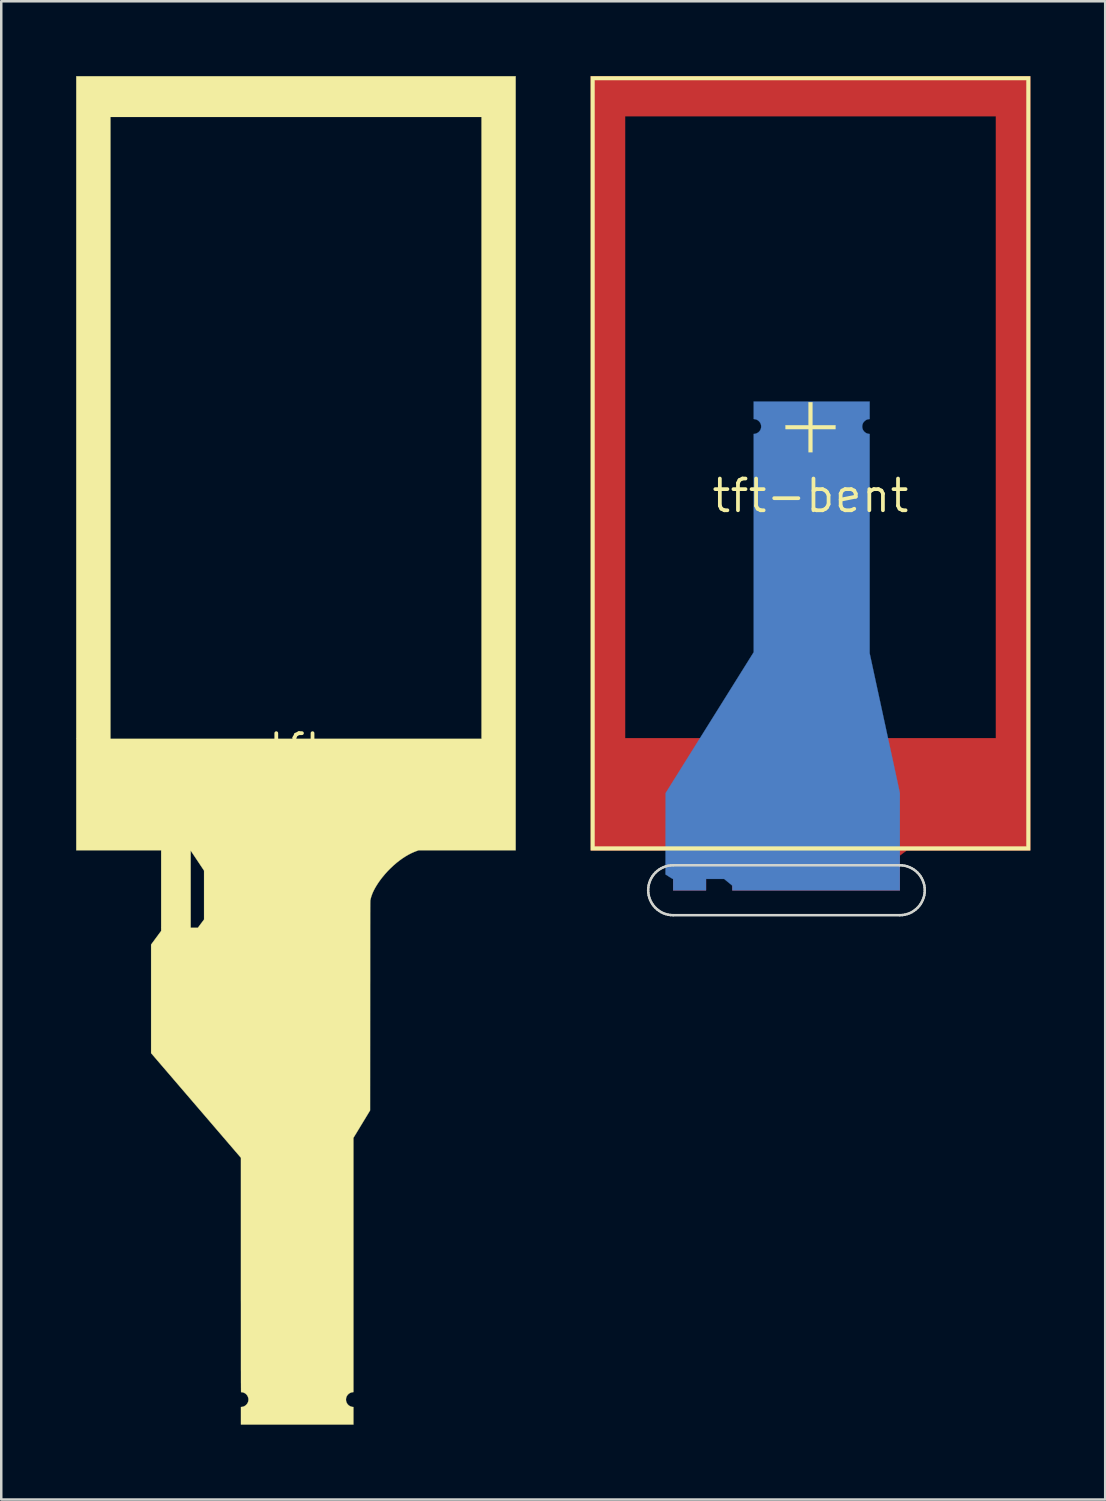
<source format=kicad_pcb>
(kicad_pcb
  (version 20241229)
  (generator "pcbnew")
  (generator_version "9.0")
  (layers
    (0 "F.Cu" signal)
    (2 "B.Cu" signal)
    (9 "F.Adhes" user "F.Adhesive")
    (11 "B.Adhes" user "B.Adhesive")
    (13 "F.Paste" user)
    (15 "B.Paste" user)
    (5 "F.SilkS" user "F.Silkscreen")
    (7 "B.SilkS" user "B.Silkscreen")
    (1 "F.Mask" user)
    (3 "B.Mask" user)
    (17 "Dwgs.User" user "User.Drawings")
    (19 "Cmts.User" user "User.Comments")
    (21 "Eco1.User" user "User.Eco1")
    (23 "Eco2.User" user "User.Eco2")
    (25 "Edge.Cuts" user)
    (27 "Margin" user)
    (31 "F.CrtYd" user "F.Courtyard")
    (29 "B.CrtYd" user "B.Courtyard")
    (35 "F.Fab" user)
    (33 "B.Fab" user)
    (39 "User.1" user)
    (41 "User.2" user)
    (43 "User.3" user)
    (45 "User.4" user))
  (footprint "tft-bent"
    (layer "F.Cu")
    (at 29.41 16.807)
    (property "Reference" "tft-bent" (at 0 0 0) (layer "F.SilkS") (effects (font (size 1.27 1.27) (thickness 0.15))))
    (attr through_hole)
    (fp_poly (pts (xy 8.801 14.203) (xy 3.857 14.203) (xy 3.719 14.305) (xy 3.581 14.408) (xy 3.581 15.803) (xy -3.128 15.803) (xy -3.131 14.438) (xy -3.452 14.203) (xy -4.183 14.203) (xy -4.183 15.803) (xy -5.499 15.803) (xy -5.499 14.203) (xy -8.797 14.203) (xy -8.797 -15.202) (xy -7.425 -15.202) (xy -7.425 9.707) (xy 7.429 9.707) (xy 7.429 -15.202) (xy -7.425 -15.202) (xy -8.797 -15.202) (xy -8.797 -16.802) (xy 8.801 -16.802) (xy 8.801 14.203)) (stroke (width 0.01) (type solid)) (fill yes) (layer "F.Cu"))
    (fp_poly (pts (xy 2.371 -3.074) (xy 2.342 -3.071) (xy 2.295 -3.063) (xy 2.252 -3.048) (xy 2.212 -3.025) (xy 2.174 -2.995) (xy 2.161 -2.982) (xy 2.142 -2.963) (xy 2.129 -2.948) (xy 2.118 -2.933) (xy 2.109 -2.916) (xy 2.105 -2.908) (xy 2.088 -2.867) (xy 2.078 -2.828) (xy 2.074 -2.786) (xy 2.073 -2.773) (xy 2.077 -2.724) (xy 2.089 -2.677) (xy 2.108 -2.634) (xy 2.133 -2.595) (xy 2.164 -2.56) (xy 2.2 -2.531) (xy 2.241 -2.507) (xy 2.287 -2.489) (xy 2.335 -2.479) (xy 2.344 -2.478) (xy 2.371 -2.475) (xy 2.371 6.306) (xy 2.688 7.775) (xy 2.716 7.902) (xy 2.745 8.035) (xy 2.775 8.174) (xy 2.806 8.318) (xy 2.838 8.466) (xy 2.871 8.617) (xy 2.904 8.77) (xy 2.937 8.925) (xy 2.971 9.081) (xy 3.005 9.237) (xy 3.038 9.391) (xy 3.071 9.545) (xy 3.104 9.696) (xy 3.136 9.844) (xy 3.167 9.988) (xy 3.197 10.127) (xy 3.226 10.261) (xy 3.254 10.388) (xy 3.28 10.509) (xy 3.294 10.574) (xy 3.581 11.904) (xy 3.581 15.803) (xy -3.128 15.803) (xy -3.129 15.615) (xy -3.458 15.346) (xy -4.183 15.346) (xy -4.183 15.803) (xy -5.499 15.803) (xy -5.499 15.346) (xy -5.51 15.346) (xy -5.517 15.343) (xy -5.531 15.336) (xy -5.552 15.325) (xy -5.579 15.308) (xy -5.613 15.287) (xy -5.654 15.262) (xy -5.663 15.256) (xy -5.805 15.166) (xy -5.803 13.537) (xy -5.8 11.908) (xy -4.037 9.087) (xy -2.273 6.265) (xy -2.273 -2.477) (xy -2.258 -2.477) (xy -2.223 -2.48) (xy -2.185 -2.49) (xy -2.147 -2.505) (xy -2.111 -2.525) (xy -2.078 -2.549) (xy -2.069 -2.557) (xy -2.034 -2.595) (xy -2.007 -2.636) (xy -1.988 -2.68) (xy -1.976 -2.728) (xy -1.973 -2.775) (xy -1.977 -2.825) (xy -1.989 -2.872) (xy -2.008 -2.916) (xy -2.036 -2.956) (xy -2.059 -2.982) (xy -2.095 -3.014) (xy -2.131 -3.038) (xy -2.169 -3.055) (xy -2.212 -3.066) (xy -2.235 -3.07) (xy -2.273 -3.075) (xy -2.273 -3.776) (xy 2.371 -3.776) (xy 2.371 -3.074)) (stroke (width 0.01) (type solid)) (fill yes) (layer "B.Cu"))
    (fp_poly (pts (xy 8.801 14.203) (xy -8.797 14.203) (xy -8.797 -16.65) (xy -8.644 -16.65) (xy -8.644 14.046) (xy 8.649 14.046) (xy 8.649 -16.65) (xy -8.644 -16.65) (xy -8.797 -16.65) (xy -8.797 -16.802) (xy 8.801 -16.802) (xy 8.801 14.203)) (stroke (width 0.01) (type solid)) (fill yes) (layer "F.SilkS"))
    (fp_poly (pts (xy 0.08 -2.824) (xy 1.003 -2.824) (xy 1.003 -2.671) (xy 0.08 -2.671) (xy 0.08 -1.744) (xy -0.076 -1.744) (xy -0.076 -2.671) (xy -0.999 -2.671) (xy -0.999 -2.824) (xy -0.076 -2.824) (xy -0.076 -3.747) (xy 0.08 -3.747) (xy 0.08 -2.824)) (stroke (width 0.01) (type solid)) (fill yes) (layer "F.SilkS"))
    (fp_line (start -6.499 15.798) (end -6.494 15.901) (stroke (width 0.1) (type solid)) (layer "Edge.Cuts"))
    (fp_line (start -6.494 15.696) (end -6.499 15.798) (stroke (width 0.1) (type solid)) (layer "Edge.Cuts"))
    (fp_line (start -6.494 15.901) (end -6.479 16) (stroke (width 0.1) (type solid)) (layer "Edge.Cuts"))
    (fp_line (start -6.479 15.597) (end -6.494 15.696) (stroke (width 0.1) (type solid)) (layer "Edge.Cuts"))
    (fp_line (start -6.479 16) (end -6.454 16.096) (stroke (width 0.1) (type solid)) (layer "Edge.Cuts"))
    (fp_line (start -6.454 15.501) (end -6.479 15.597) (stroke (width 0.1) (type solid)) (layer "Edge.Cuts"))
    (fp_line (start -6.454 16.096) (end -6.421 16.188) (stroke (width 0.1) (type solid)) (layer "Edge.Cuts"))
    (fp_line (start -6.421 15.409) (end -6.454 15.501) (stroke (width 0.1) (type solid)) (layer "Edge.Cuts"))
    (fp_line (start -6.421 16.188) (end -6.379 16.275) (stroke (width 0.1) (type solid)) (layer "Edge.Cuts"))
    (fp_line (start -6.379 15.322) (end -6.421 15.409) (stroke (width 0.1) (type solid)) (layer "Edge.Cuts"))
    (fp_line (start -6.379 16.275) (end -6.328 16.357) (stroke (width 0.1) (type solid)) (layer "Edge.Cuts"))
    (fp_line (start -6.328 15.239) (end -6.379 15.322) (stroke (width 0.1) (type solid)) (layer "Edge.Cuts"))
    (fp_line (start -6.328 16.357) (end -6.271 16.434) (stroke (width 0.1) (type solid)) (layer "Edge.Cuts"))
    (fp_line (start -6.271 15.162) (end -6.328 15.239) (stroke (width 0.1) (type solid)) (layer "Edge.Cuts"))
    (fp_line (start -6.271 16.434) (end -6.206 16.505) (stroke (width 0.1) (type solid)) (layer "Edge.Cuts"))
    (fp_line (start -6.206 15.091) (end -6.271 15.162) (stroke (width 0.1) (type solid)) (layer "Edge.Cuts"))
    (fp_line (start -6.206 16.505) (end -6.135 16.57) (stroke (width 0.1) (type solid)) (layer "Edge.Cuts"))
    (fp_line (start -6.135 15.027) (end -6.206 15.091) (stroke (width 0.1) (type solid)) (layer "Edge.Cuts"))
    (fp_line (start -6.135 16.57) (end -6.058 16.627) (stroke (width 0.1) (type solid)) (layer "Edge.Cuts"))
    (fp_line (start -6.058 14.969) (end -6.135 15.027) (stroke (width 0.1) (type solid)) (layer "Edge.Cuts"))
    (fp_line (start -6.058 16.627) (end -5.976 16.678) (stroke (width 0.1) (type solid)) (layer "Edge.Cuts"))
    (fp_line (start -5.976 14.919) (end -6.058 14.969) (stroke (width 0.1) (type solid)) (layer "Edge.Cuts"))
    (fp_line (start -5.976 16.678) (end -5.888 16.72) (stroke (width 0.1) (type solid)) (layer "Edge.Cuts"))
    (fp_line (start -5.888 14.877) (end -5.976 14.919) (stroke (width 0.1) (type solid)) (layer "Edge.Cuts"))
    (fp_line (start -5.888 16.72) (end -5.797 16.753) (stroke (width 0.1) (type solid)) (layer "Edge.Cuts"))
    (fp_line (start -5.797 14.843) (end -5.888 14.877) (stroke (width 0.1) (type solid)) (layer "Edge.Cuts"))
    (fp_line (start -5.797 16.753) (end -5.701 16.778) (stroke (width 0.1) (type solid)) (layer "Edge.Cuts"))
    (fp_line (start -5.701 14.819) (end -5.797 14.843) (stroke (width 0.1) (type solid)) (layer "Edge.Cuts"))
    (fp_line (start -5.701 16.778) (end -5.601 16.793) (stroke (width 0.1) (type solid)) (layer "Edge.Cuts"))
    (fp_line (start -5.601 14.803) (end -5.701 14.819) (stroke (width 0.1) (type solid)) (layer "Edge.Cuts"))
    (fp_line (start -5.601 16.793) (end -5.499 16.798) (stroke (width 0.1) (type solid)) (layer "Edge.Cuts"))
    (fp_line (start -5.499 14.798) (end -5.601 14.803) (stroke (width 0.1) (type solid)) (layer "Edge.Cuts"))
    (fp_line (start -5.499 16.798) (end 3.579 16.798) (stroke (width 0.1) (type solid)) (layer "Edge.Cuts"))
    (fp_line (start 3.579 14.798) (end -5.499 14.798) (stroke (width 0.1) (type solid)) (layer "Edge.Cuts"))
    (fp_line (start 3.579 16.798) (end 3.681 16.793) (stroke (width 0.1) (type solid)) (layer "Edge.Cuts"))
    (fp_line (start 3.681 14.803) (end 3.579 14.798) (stroke (width 0.1) (type solid)) (layer "Edge.Cuts"))
    (fp_line (start 3.681 16.793) (end 3.78 16.778) (stroke (width 0.1) (type solid)) (layer "Edge.Cuts"))
    (fp_line (start 3.78 14.819) (end 3.681 14.803) (stroke (width 0.1) (type solid)) (layer "Edge.Cuts"))
    (fp_line (start 3.78 16.778) (end 3.876 16.753) (stroke (width 0.1) (type solid)) (layer "Edge.Cuts"))
    (fp_line (start 3.876 14.843) (end 3.78 14.819) (stroke (width 0.1) (type solid)) (layer "Edge.Cuts"))
    (fp_line (start 3.876 16.753) (end 3.968 16.72) (stroke (width 0.1) (type solid)) (layer "Edge.Cuts"))
    (fp_line (start 3.968 14.877) (end 3.876 14.843) (stroke (width 0.1) (type solid)) (layer "Edge.Cuts"))
    (fp_line (start 3.968 16.72) (end 4.056 16.678) (stroke (width 0.1) (type solid)) (layer "Edge.Cuts"))
    (fp_line (start 4.056 14.919) (end 3.968 14.877) (stroke (width 0.1) (type solid)) (layer "Edge.Cuts"))
    (fp_line (start 4.056 16.678) (end 4.138 16.627) (stroke (width 0.1) (type solid)) (layer "Edge.Cuts"))
    (fp_line (start 4.138 14.969) (end 4.056 14.919) (stroke (width 0.1) (type solid)) (layer "Edge.Cuts"))
    (fp_line (start 4.138 16.627) (end 4.215 16.57) (stroke (width 0.1) (type solid)) (layer "Edge.Cuts"))
    (fp_line (start 4.215 15.027) (end 4.138 14.969) (stroke (width 0.1) (type solid)) (layer "Edge.Cuts"))
    (fp_line (start 4.215 16.57) (end 4.286 16.505) (stroke (width 0.1) (type solid)) (layer "Edge.Cuts"))
    (fp_line (start 4.286 15.091) (end 4.215 15.027) (stroke (width 0.1) (type solid)) (layer "Edge.Cuts"))
    (fp_line (start 4.286 16.505) (end 4.351 16.434) (stroke (width 0.1) (type solid)) (layer "Edge.Cuts"))
    (fp_line (start 4.351 15.162) (end 4.286 15.091) (stroke (width 0.1) (type solid)) (layer "Edge.Cuts"))
    (fp_line (start 4.351 16.434) (end 4.408 16.357) (stroke (width 0.1) (type solid)) (layer "Edge.Cuts"))
    (fp_line (start 4.408 15.239) (end 4.351 15.162) (stroke (width 0.1) (type solid)) (layer "Edge.Cuts"))
    (fp_line (start 4.408 16.357) (end 4.458 16.275) (stroke (width 0.1) (type solid)) (layer "Edge.Cuts"))
    (fp_line (start 4.458 15.322) (end 4.408 15.239) (stroke (width 0.1) (type solid)) (layer "Edge.Cuts"))
    (fp_line (start 4.458 16.275) (end 4.5 16.188) (stroke (width 0.1) (type solid)) (layer "Edge.Cuts"))
    (fp_line (start 4.5 15.409) (end 4.458 15.322) (stroke (width 0.1) (type solid)) (layer "Edge.Cuts"))
    (fp_line (start 4.5 16.188) (end 4.534 16.096) (stroke (width 0.1) (type solid)) (layer "Edge.Cuts"))
    (fp_line (start 4.534 15.501) (end 4.5 15.409) (stroke (width 0.1) (type solid)) (layer "Edge.Cuts"))
    (fp_line (start 4.534 16.096) (end 4.559 16) (stroke (width 0.1) (type solid)) (layer "Edge.Cuts"))
    (fp_line (start 4.559 15.597) (end 4.534 15.501) (stroke (width 0.1) (type solid)) (layer "Edge.Cuts"))
    (fp_line (start 4.559 16) (end 4.574 15.901) (stroke (width 0.1) (type solid)) (layer "Edge.Cuts"))
    (fp_line (start 4.574 15.696) (end 4.559 15.597) (stroke (width 0.1) (type solid)) (layer "Edge.Cuts"))
    (fp_line (start 4.574 15.901) (end 4.579 15.798) (stroke (width 0.1) (type solid)) (layer "Edge.Cuts"))
    (fp_line (start 4.579 15.798) (end 4.574 15.696) (stroke (width 0.1) (type solid)) (layer "Edge.Cuts")))
  (footprint "tft"
    (layer "F.Cu")
    (at 8.802 27.005)
    (property "Reference" "tft" (at 0 0 0) (layer "F.SilkS") (effects (font (size 1.27 1.27) (thickness 0.15))))
    (attr through_hole)
    (fp_poly (pts (xy 8.801 4) (xy 4.916 4) (xy 4.859 4.02) (xy 4.743 4.064) (xy 4.625 4.116) (xy 4.507 4.177) (xy 4.389 4.246) (xy 4.27 4.323) (xy 4.151 4.409) (xy 4.15 4.409) (xy 4.027 4.506) (xy 3.907 4.61) (xy 3.79 4.72) (xy 3.677 4.834) (xy 3.569 4.954) (xy 3.467 5.076) (xy 3.371 5.201) (xy 3.283 5.327) (xy 3.283 5.328) (xy 3.217 5.432) (xy 3.158 5.534) (xy 3.107 5.633) (xy 3.064 5.729) (xy 3.029 5.823) (xy 3.002 5.913) (xy 2.982 6) (xy 2.982 6.003) (xy 2.981 6.006) (xy 2.981 6.009) (xy 2.98 6.013) (xy 2.98 6.018) (xy 2.98 6.024) (xy 2.979 6.032) (xy 2.979 6.041) (xy 2.979 6.052) (xy 2.979 6.064) (xy 2.978 6.079) (xy 2.978 6.095) (xy 2.978 6.114) (xy 2.977 6.135) (xy 2.977 6.159) (xy 2.977 6.186) (xy 2.977 6.215) (xy 2.977 6.248) (xy 2.976 6.283) (xy 2.976 6.322) (xy 2.976 6.365) (xy 2.976 6.411) (xy 2.976 6.461) (xy 2.975 6.515) (xy 2.975 6.573) (xy 2.975 6.636) (xy 2.975 6.703) (xy 2.975 6.774) (xy 2.975 6.85) (xy 2.975 6.931) (xy 2.974 7.018) (xy 2.974 7.109) (xy 2.974 7.206) (xy 2.974 7.308) (xy 2.974 7.416) (xy 2.974 7.53) (xy 2.974 7.65) (xy 2.974 7.776) (xy 2.974 7.909) (xy 2.973 8.047) (xy 2.973 8.193) (xy 2.973 8.345) (xy 2.973 8.504) (xy 2.973 8.671) (xy 2.973 8.844) (xy 2.973 9.025) (xy 2.973 9.213) (xy 2.972 9.41) (xy 2.972 9.614) (xy 2.972 9.826) (xy 2.972 10.046) (xy 2.972 10.232) (xy 2.97 14.421) (xy 2.303 15.52) (xy 2.303 25.7) (xy 2.293 25.702) (xy 2.284 25.704) (xy 2.27 25.706) (xy 2.26 25.707) (xy 2.244 25.709) (xy 2.224 25.714) (xy 2.204 25.721) (xy 2.201 25.722) (xy 2.157 25.742) (xy 2.117 25.769) (xy 2.082 25.802) (xy 2.053 25.839) (xy 2.03 25.881) (xy 2.021 25.902) (xy 2.009 25.95) (xy 2.005 25.998) (xy 2.008 26.045) (xy 2.019 26.091) (xy 2.037 26.134) (xy 2.061 26.174) (xy 2.092 26.21) (xy 2.128 26.241) (xy 2.17 26.266) (xy 2.194 26.276) (xy 2.22 26.285) (xy 2.247 26.292) (xy 2.271 26.297) (xy 2.285 26.297) (xy 2.303 26.297) (xy 2.303 27) (xy -2.201 27) (xy -2.201 26.299) (xy -2.17 26.296) (xy -2.125 26.289) (xy -2.082 26.274) (xy -2.041 26.251) (xy -2.003 26.223) (xy -1.97 26.189) (xy -1.943 26.151) (xy -1.921 26.108) (xy -1.915 26.092) (xy -1.905 26.05) (xy -1.901 26.006) (xy -1.903 25.962) (xy -1.909 25.933) (xy -1.925 25.884) (xy -1.948 25.84) (xy -1.978 25.801) (xy -2.014 25.767) (xy -2.057 25.739) (xy -2.062 25.736) (xy -2.084 25.726) (xy -2.109 25.718) (xy -2.135 25.71) (xy -2.158 25.706) (xy -2.172 25.705) (xy -2.184 25.704) (xy -2.194 25.703) (xy -2.195 25.702) (xy -2.195 25.702) (xy -2.195 25.7) (xy -2.196 25.697) (xy -2.196 25.693) (xy -2.196 25.687) (xy -2.197 25.68) (xy -2.197 25.671) (xy -2.197 25.66) (xy -2.197 25.647) (xy -2.198 25.631) (xy -2.198 25.614) (xy -2.198 25.593) (xy -2.198 25.57) (xy -2.198 25.545) (xy -2.199 25.516) (xy -2.199 25.485) (xy -2.199 25.45) (xy -2.199 25.412) (xy -2.199 25.37) (xy -2.2 25.324) (xy -2.2 25.275) (xy -2.2 25.222) (xy -2.2 25.165) (xy -2.2 25.103) (xy -2.2 25.038) (xy -2.2 24.967) (xy -2.2 24.892) (xy -2.201 24.812) (xy -2.201 24.727) (xy -2.201 24.637) (xy -2.201 24.542) (xy -2.201 24.442) (xy -2.201 24.336) (xy -2.201 24.224) (xy -2.201 24.106) (xy -2.201 23.983) (xy -2.201 23.853) (xy -2.201 23.717) (xy -2.201 23.575) (xy -2.201 23.426) (xy -2.201 23.27) (xy -2.201 23.108) (xy -2.201 22.938) (xy -2.201 22.762) (xy -2.201 22.578) (xy -2.201 22.387) (xy -2.201 22.188) (xy -2.202 21.981) (xy -2.202 21.767) (xy -2.202 21.545) (xy -2.202 21.314) (xy -2.202 21.075) (xy -2.202 21.009) (xy -2.202 16.317) (xy -5.8 12.126) (xy -5.8 9.952) (xy -5.8 7.777) (xy -5.599 7.504) (xy -5.397 7.231) (xy -5.397 5.536) (xy -4.216 5.536) (xy -4.216 7.104) (xy -3.926 7.104) (xy -3.803 6.938) (xy -3.679 6.773) (xy -3.679 4.815) (xy -3.946 4.414) (xy -3.981 4.362) (xy -4.015 4.311) (xy -4.047 4.263) (xy -4.077 4.218) (xy -4.105 4.176) (xy -4.131 4.138) (xy -4.153 4.104) (xy -4.173 4.075) (xy -4.189 4.051) (xy -4.202 4.032) (xy -4.21 4.02) (xy -4.215 4.014) (xy -4.215 4.013) (xy -4.215 4.017) (xy -4.215 4.03) (xy -4.215 4.05) (xy -4.215 4.078) (xy -4.215 4.113) (xy -4.216 4.155) (xy -4.216 4.204) (xy -4.216 4.259) (xy -4.216 4.32) (xy -4.216 4.387) (xy -4.216 4.46) (xy -4.216 4.537) (xy -4.216 4.62) (xy -4.216 4.707) (xy -4.216 4.799) (xy -4.216 4.894) (xy -4.216 4.994) (xy -4.216 5.096) (xy -4.216 5.202) (xy -4.216 5.311) (xy -4.216 5.422) (xy -4.216 5.536) (xy -5.397 5.536) (xy -5.397 4) (xy -8.797 4) (xy -8.797 -25.37) (xy -7.429 -25.37) (xy -7.429 -0.461) (xy 7.434 -0.461) (xy 7.434 -25.37) (xy -7.429 -25.37) (xy -8.797 -25.37) (xy -8.797 -27) (xy 8.801 -27) (xy 8.801 4)) (stroke (width 0.01) (type solid)) (fill yes) (layer "F.SilkS")))
  (gr_rect
    (start -3 -3)
    (end 41.216 57.01)
    (stroke (width 0.1) (type default))
    (fill no)
    (layer "Edge.Cuts")))
</source>
